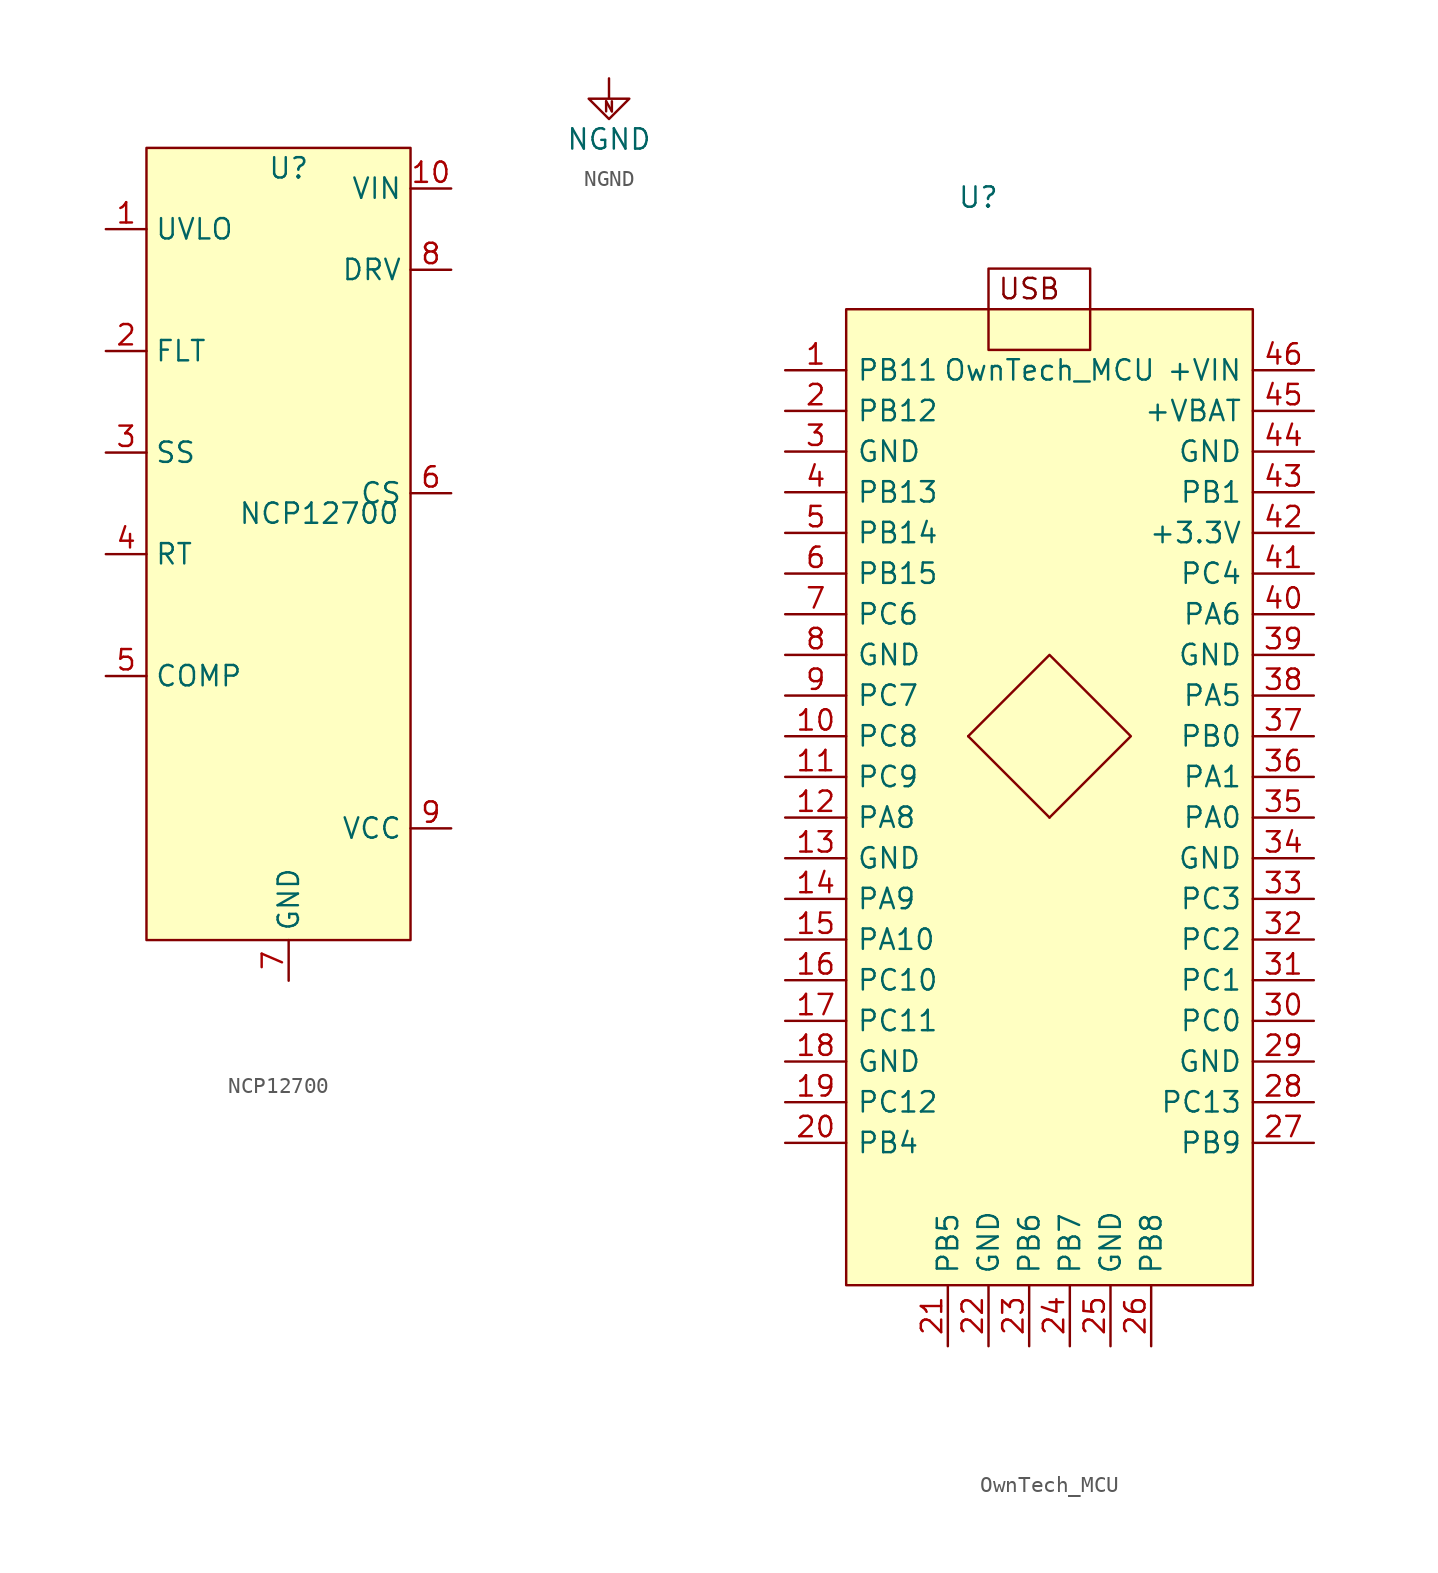
<source format=kicad_sym>
(kicad_symbol_lib
  (version 20211014)
  (generator kicad_symbol_editor)
  (symbol "NCP12700"
    (property "Reference" "U"
      (at 0 6.35 0)
      (effects (font (size 1.27 1.27))))
    (property "Value" "NCP12700"
      (at 1.905 -15.24 0)
      (effects (font (size 1.27 1.27))))
    (symbol "NCP12700_0_1"
      (rectangle (start -8.89 7.62) (end 7.62 -41.91) (stroke (width 0) (type default) (color 0 0 0 0)) (fill (type background))))
    (symbol "NCP12700_1_1"
      (pin input line (at -11.43 2.54 0) (length 2.54) (name "UVLO" (effects (font (size 1.27 1.27)))) (number "1" (effects (font (size 1.27 1.27)))))
      (pin power_in line (at 10.16 5.08 180) (length 2.54) (name "VIN" (effects (font (size 1.27 1.27)))) (number "10" (effects (font (size 1.27 1.27)))))
      (pin input line (at -11.43 -5.08 0) (length 2.54) (name "FLT" (effects (font (size 1.27 1.27)))) (number "2" (effects (font (size 1.27 1.27)))))
      (pin input line (at -11.43 -11.43 0) (length 2.54) (name "SS" (effects (font (size 1.27 1.27)))) (number "3" (effects (font (size 1.27 1.27)))))
      (pin input line (at -11.43 -17.78 0) (length 2.54) (name "RT" (effects (font (size 1.27 1.27)))) (number "4" (effects (font (size 1.27 1.27)))))
      (pin input line (at -11.43 -25.4 0) (length 2.54) (name "COMP" (effects (font (size 1.27 1.27)))) (number "5" (effects (font (size 1.27 1.27)))))
      (pin input line (at 10.16 -13.97 180) (length 2.54) (name "CS" (effects (font (size 1.27 1.27)))) (number "6" (effects (font (size 1.27 1.27)))))
      (pin passive line (at 0 -44.45 90) (length 2.54) (name "GND" (effects (font (size 1.27 1.27)))) (number "7" (effects (font (size 1.27 1.27)))))
      (pin output line (at 10.16 0 180) (length 2.54) (name "DRV" (effects (font (size 1.27 1.27)))) (number "8" (effects (font (size 1.27 1.27)))))
      (pin power_in line (at 10.16 -34.925 180) (length 2.54) (name "VCC" (effects (font (size 1.27 1.27)))) (number "9" (effects (font (size 1.27 1.27)))))))
  (symbol "NGND"
    (power)
    (pin_names
      (offset 0))
    (property "Reference" "#PWR"
      (at 0 -6.35 0)
      (effects (font (size 1.27 1.27)) hide))
    (property "Value" "NGND"
      (at 0 -3.81 0)
      (effects (font (size 1.27 1.27))))
    (symbol "NGND_0_0"
      (text "N" (at 0 -1.778 0) (effects (font (size 0.63 0.63)))))
    (symbol "NGND_0_1"
      (polyline (pts (xy 0 0) (xy 0 -1.27) (xy 1.27 -1.27) (xy 0 -2.54) (xy -1.27 -1.27) (xy 0 -1.27)) (stroke (width 0) (type default) (color 0 0 0 0)) (fill (type none))))
    (symbol "NGND_1_1"
      (pin power_in line (at 0 0 270) (length 0) hide (name "NGND" (effects (font (size 1.27 1.27)))) (number "1" (effects (font (size 1.27 1.27)))))))
  (symbol "OwnTech_MCU"
    (pin_names
      (offset 0.64))
    (property "Reference" "U"
      (at 8.255 14.605 0)
      (effects (font (size 1.27 1.27))))
    (property "Value" "OwnTech_MCU"
      (at 12.7 3.81 0)
      (effects (font (size 1.27 1.27))))
    (symbol "OwnTech_MCU_0_0"
      (text "USB" (at 11.43 8.89 0) (effects (font (size 1.27 1.27)))))
    (symbol "OwnTech_MCU_0_1"
      (polyline (pts (xy 12.7 -24.13) (xy 7.62 -19.05)) (stroke (width 0) (type default) (color 0 0 0 0)) (fill (type none)))
      (polyline (pts (xy 7.62 -19.05) (xy 12.7 -13.97) (xy 17.78 -19.05) (xy 12.7 -24.13)) (stroke (width 0) (type default) (color 0 0 0 0)) (fill (type none)))
      (rectangle (start 0 7.62) (end 25.4 -53.34) (stroke (width 0) (type default) (color 0 0 0 0)) (fill (type background)))
      (rectangle (start 8.89 10.16) (end 15.24 5.08) (stroke (width 0) (type default) (color 0 0 0 0)) (fill (type none))))
    (symbol "OwnTech_MCU_1_1"
      (pin passive line (at -3.81 3.81 0) (length 3.81) (name "PB11" (effects (font (size 1.27 1.27)))) (number "1" (effects (font (size 1.27 1.27)))))
      (pin passive line (at -3.81 -19.05 0) (length 3.81) (name "PC8" (effects (font (size 1.27 1.27)))) (number "10" (effects (font (size 1.27 1.27)))))
      (pin passive line (at -3.81 -21.59 0) (length 3.81) (name "PC9" (effects (font (size 1.27 1.27)))) (number "11" (effects (font (size 1.27 1.27)))))
      (pin passive line (at -3.81 -24.13 0) (length 3.81) (name "PA8" (effects (font (size 1.27 1.27)))) (number "12" (effects (font (size 1.27 1.27)))))
      (pin passive line (at -3.81 -26.67 0) (length 3.81) (name "GND" (effects (font (size 1.27 1.27)))) (number "13" (effects (font (size 1.27 1.27)))))
      (pin passive line (at -3.81 -29.21 0) (length 3.81) (name "PA9" (effects (font (size 1.27 1.27)))) (number "14" (effects (font (size 1.27 1.27)))))
      (pin passive line (at -3.81 -31.75 0) (length 3.81) (name "PA10" (effects (font (size 1.27 1.27)))) (number "15" (effects (font (size 1.27 1.27)))))
      (pin passive line (at -3.81 -34.29 0) (length 3.81) (name "PC10" (effects (font (size 1.27 1.27)))) (number "16" (effects (font (size 1.27 1.27)))))
      (pin passive line (at -3.81 -36.83 0) (length 3.81) (name "PC11" (effects (font (size 1.27 1.27)))) (number "17" (effects (font (size 1.27 1.27)))))
      (pin passive line (at -3.81 -39.37 0) (length 3.81) (name "GND" (effects (font (size 1.27 1.27)))) (number "18" (effects (font (size 1.27 1.27)))))
      (pin passive line (at -3.81 -41.91 0) (length 3.81) (name "PC12" (effects (font (size 1.27 1.27)))) (number "19" (effects (font (size 1.27 1.27)))))
      (pin passive line (at -3.81 1.27 0) (length 3.81) (name "PB12" (effects (font (size 1.27 1.27)))) (number "2" (effects (font (size 1.27 1.27)))))
      (pin passive line (at -3.81 -44.45 0) (length 3.81) (name "PB4" (effects (font (size 1.27 1.27)))) (number "20" (effects (font (size 1.27 1.27)))))
      (pin passive line (at 6.35 -57.15 90) (length 3.81) (name "PB5" (effects (font (size 1.27 1.27)))) (number "21" (effects (font (size 1.27 1.27)))))
      (pin passive line (at 8.89 -57.15 90) (length 3.81) (name "GND" (effects (font (size 1.27 1.27)))) (number "22" (effects (font (size 1.27 1.27)))))
      (pin passive line (at 11.43 -57.15 90) (length 3.81) (name "PB6" (effects (font (size 1.27 1.27)))) (number "23" (effects (font (size 1.27 1.27)))))
      (pin passive line (at 13.97 -57.15 90) (length 3.81) (name "PB7" (effects (font (size 1.27 1.27)))) (number "24" (effects (font (size 1.27 1.27)))))
      (pin passive line (at 16.51 -57.15 90) (length 3.81) (name "GND" (effects (font (size 1.27 1.27)))) (number "25" (effects (font (size 1.27 1.27)))))
      (pin passive line (at 19.05 -57.15 90) (length 3.81) (name "PB8" (effects (font (size 1.27 1.27)))) (number "26" (effects (font (size 1.27 1.27)))))
      (pin passive line (at 29.21 -44.45 180) (length 3.81) (name "PB9" (effects (font (size 1.27 1.27)))) (number "27" (effects (font (size 1.27 1.27)))))
      (pin passive line (at 29.21 -41.91 180) (length 3.81) (name "PC13" (effects (font (size 1.27 1.27)))) (number "28" (effects (font (size 1.27 1.27)))))
      (pin passive line (at 29.21 -39.37 180) (length 3.81) (name "GND" (effects (font (size 1.27 1.27)))) (number "29" (effects (font (size 1.27 1.27)))))
      (pin passive line (at -3.81 -1.27 0) (length 3.81) (name "GND" (effects (font (size 1.27 1.27)))) (number "3" (effects (font (size 1.27 1.27)))))
      (pin passive line (at 29.21 -36.83 180) (length 3.81) (name "PC0" (effects (font (size 1.27 1.27)))) (number "30" (effects (font (size 1.27 1.27)))))
      (pin passive line (at 29.21 -34.29 180) (length 3.81) (name "PC1" (effects (font (size 1.27 1.27)))) (number "31" (effects (font (size 1.27 1.27)))))
      (pin passive line (at 29.21 -31.75 180) (length 3.81) (name "PC2" (effects (font (size 1.27 1.27)))) (number "32" (effects (font (size 1.27 1.27)))))
      (pin passive line (at 29.21 -29.21 180) (length 3.81) (name "PC3" (effects (font (size 1.27 1.27)))) (number "33" (effects (font (size 1.27 1.27)))))
      (pin passive line (at 29.21 -26.67 180) (length 3.81) (name "GND" (effects (font (size 1.27 1.27)))) (number "34" (effects (font (size 1.27 1.27)))))
      (pin passive line (at 29.21 -24.13 180) (length 3.81) (name "PA0" (effects (font (size 1.27 1.27)))) (number "35" (effects (font (size 1.27 1.27)))))
      (pin passive line (at 29.21 -21.59 180) (length 3.81) (name "PA1" (effects (font (size 1.27 1.27)))) (number "36" (effects (font (size 1.27 1.27)))))
      (pin passive line (at 29.21 -19.05 180) (length 3.81) (name "PB0" (effects (font (size 1.27 1.27)))) (number "37" (effects (font (size 1.27 1.27)))))
      (pin passive line (at 29.21 -16.51 180) (length 3.81) (name "PA5" (effects (font (size 1.27 1.27)))) (number "38" (effects (font (size 1.27 1.27)))))
      (pin passive line (at 29.21 -13.97 180) (length 3.81) (name "GND" (effects (font (size 1.27 1.27)))) (number "39" (effects (font (size 1.27 1.27)))))
      (pin passive line (at -3.81 -3.81 0) (length 3.81) (name "PB13" (effects (font (size 1.27 1.27)))) (number "4" (effects (font (size 1.27 1.27)))))
      (pin passive line (at 29.21 -11.43 180) (length 3.81) (name "PA6" (effects (font (size 1.27 1.27)))) (number "40" (effects (font (size 1.27 1.27)))))
      (pin passive line (at 29.21 -8.89 180) (length 3.81) (name "PC4" (effects (font (size 1.27 1.27)))) (number "41" (effects (font (size 1.27 1.27)))))
      (pin power_out line (at 29.21 -6.35 180) (length 3.81) (name "+3.3V" (effects (font (size 1.27 1.27)))) (number "42" (effects (font (size 1.27 1.27)))))
      (pin passive line (at 29.21 -3.81 180) (length 3.81) (name "PB1" (effects (font (size 1.27 1.27)))) (number "43" (effects (font (size 1.27 1.27)))))
      (pin passive line (at 29.21 -1.27 180) (length 3.81) (name "GND" (effects (font (size 1.27 1.27)))) (number "44" (effects (font (size 1.27 1.27)))))
      (pin power_in line (at 29.21 1.27 180) (length 3.81) (name "+VBAT" (effects (font (size 1.27 1.27)))) (number "45" (effects (font (size 1.27 1.27)))))
      (pin power_in line (at 29.21 3.81 180) (length 3.81) (name "+VIN" (effects (font (size 1.27 1.27)))) (number "46" (effects (font (size 1.27 1.27)))))
      (pin passive line (at -3.81 -6.35 0) (length 3.81) (name "PB14" (effects (font (size 1.27 1.27)))) (number "5" (effects (font (size 1.27 1.27)))))
      (pin passive line (at -3.81 -8.89 0) (length 3.81) (name "PB15" (effects (font (size 1.27 1.27)))) (number "6" (effects (font (size 1.27 1.27)))))
      (pin passive line (at -3.81 -11.43 0) (length 3.81) (name "PC6" (effects (font (size 1.27 1.27)))) (number "7" (effects (font (size 1.27 1.27)))))
      (pin passive line (at -3.81 -13.97 0) (length 3.81) (name "GND" (effects (font (size 1.27 1.27)))) (number "8" (effects (font (size 1.27 1.27)))))
      (pin passive line (at -3.81 -16.51 0) (length 3.81) (name "PC7" (effects (font (size 1.27 1.27)))) (number "9" (effects (font (size 1.27 1.27))))))))
</source>
